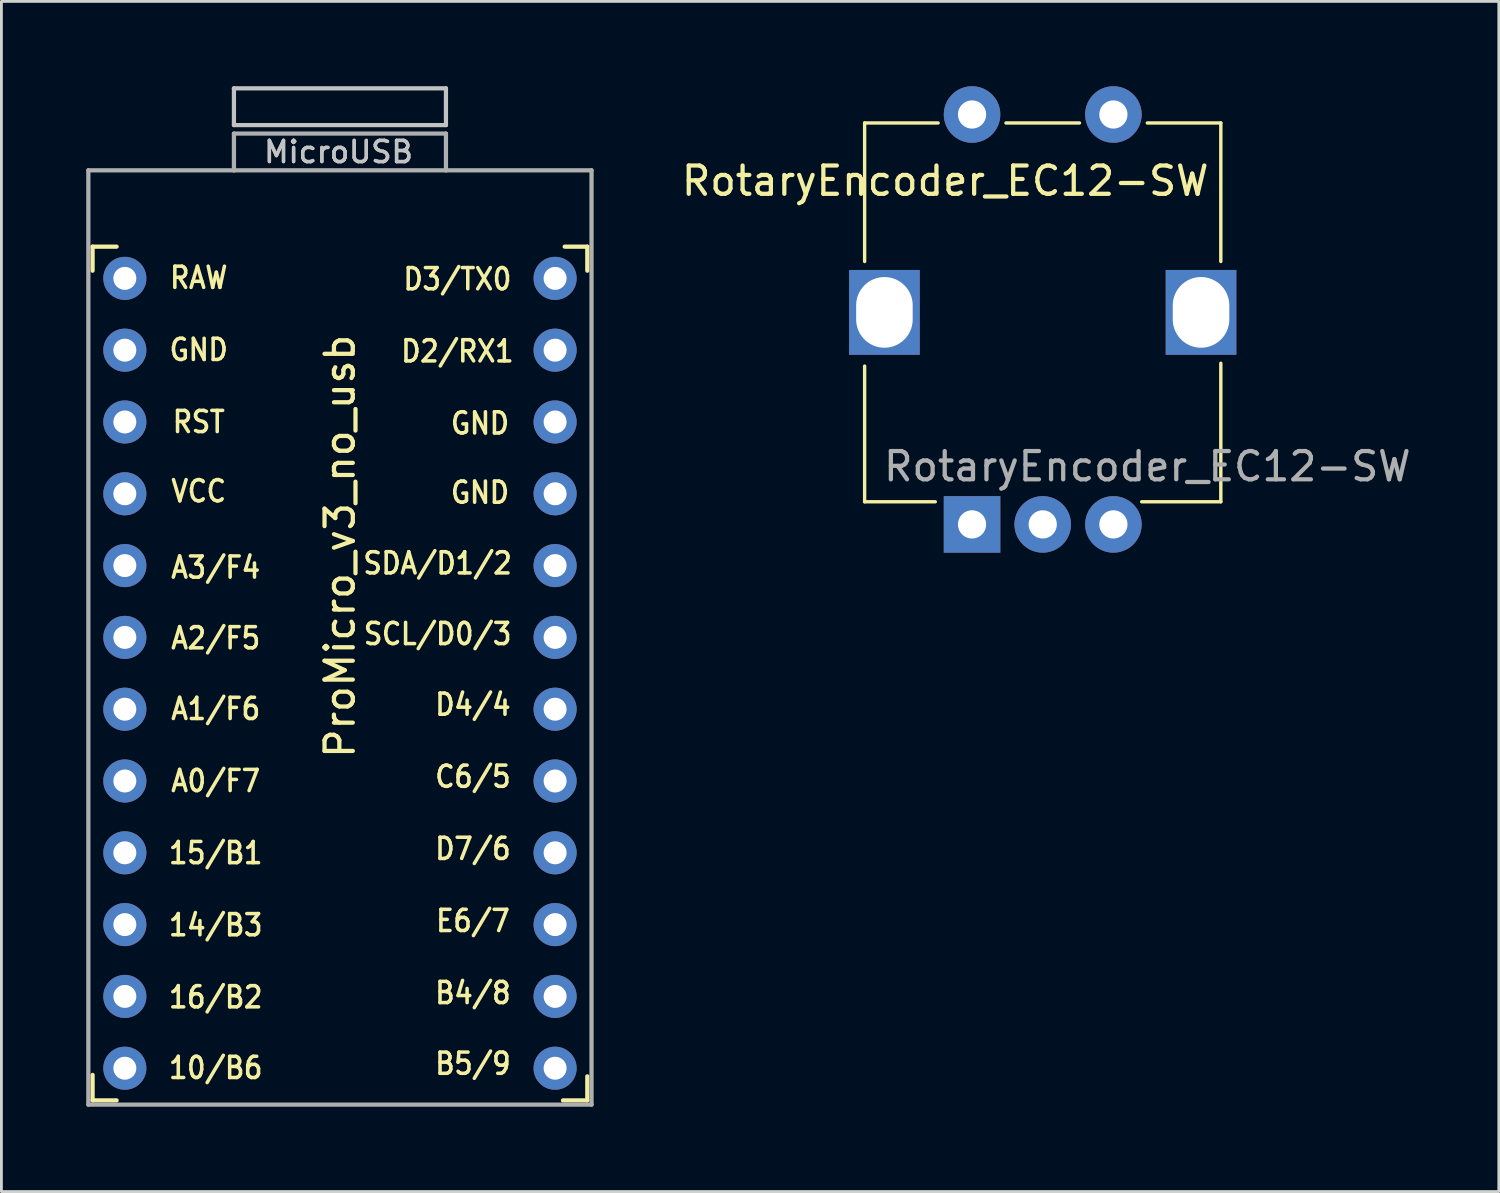
<source format=kicad_pcb>
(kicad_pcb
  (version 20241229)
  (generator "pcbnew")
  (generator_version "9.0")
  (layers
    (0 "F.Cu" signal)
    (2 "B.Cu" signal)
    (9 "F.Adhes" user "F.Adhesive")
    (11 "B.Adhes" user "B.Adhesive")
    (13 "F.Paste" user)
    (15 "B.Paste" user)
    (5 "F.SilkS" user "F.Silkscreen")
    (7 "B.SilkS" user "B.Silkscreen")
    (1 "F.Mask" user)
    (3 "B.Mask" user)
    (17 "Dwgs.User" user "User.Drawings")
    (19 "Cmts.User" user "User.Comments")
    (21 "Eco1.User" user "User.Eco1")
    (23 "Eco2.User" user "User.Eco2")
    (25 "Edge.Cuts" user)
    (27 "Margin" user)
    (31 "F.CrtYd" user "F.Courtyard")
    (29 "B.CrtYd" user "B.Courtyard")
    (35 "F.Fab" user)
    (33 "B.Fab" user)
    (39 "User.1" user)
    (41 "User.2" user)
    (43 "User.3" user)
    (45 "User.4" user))
  (footprint "ProMicro_v3_no_usb"
    (layer "F.Cu")
    (at 8.975 21.275)
    (property "Reference" "ProMicro_v3_no_usb" (at 0 -5 270) (layer "F.SilkS") (effects (font (size 1 1) (thickness 0.15))))
    (attr through_hole)
    (fp_line (start -8.75 -15.6) (end -8.75 -14.75) (stroke (width 0.15) (type solid)) (layer "F.SilkS"))
    (fp_line (start -8.75 -15.6) (end -7.9 -15.6) (stroke (width 0.15) (type solid)) (layer "F.SilkS"))
    (fp_line (start -8.75 13.7) (end -8.75 14.6) (stroke (width 0.15) (type solid)) (layer "F.SilkS"))
    (fp_line (start -8.75 14.6) (end -7.9 14.6) (stroke (width 0.15) (type solid)) (layer "F.SilkS"))
    (fp_line (start 8.75 -15.6) (end 7.95 -15.6) (stroke (width 0.15) (type solid)) (layer "F.SilkS"))
    (fp_line (start 8.75 -15.6) (end 8.75 -14.75) (stroke (width 0.15) (type solid)) (layer "F.SilkS"))
    (fp_line (start 8.75 13.75) (end 8.75 14.6) (stroke (width 0.15) (type solid)) (layer "F.SilkS"))
    (fp_line (start 8.75 14.6) (end 7.89 14.6) (stroke (width 0.15) (type solid)) (layer "F.SilkS"))
    (fp_line (start -3.75 -21.2) (end -3.75 -19.9) (stroke (width 0.15) (type solid)) (layer "Dwgs.User"))
    (fp_line (start -3.75 -19.9) (end 3.75 -19.9) (stroke (width 0.15) (type solid)) (layer "Dwgs.User"))
    (fp_line (start 3.75 -21.2) (end -3.75 -21.2) (stroke (width 0.15) (type solid)) (layer "Dwgs.User"))
    (fp_line (start 3.75 -19.9) (end 3.75 -21.2) (stroke (width 0.15) (type solid)) (layer "Dwgs.User"))
    (fp_line (start -8.9 -18.3) (end -3.75 -18.3) (stroke (width 0.15) (type solid)) (layer "F.Fab"))
    (fp_line (start -8.9 14.75) (end -8.9 -18.3) (stroke (width 0.15) (type solid)) (layer "F.Fab"))
    (fp_line (start -3.75 -19.6) (end -3.75 -18.299) (stroke (width 0.15) (type solid)) (layer "F.Fab"))
    (fp_line (start -3.75 -19.6) (end 3.75 -19.6) (stroke (width 0.15) (type solid)) (layer "F.Fab"))
    (fp_line (start -3.75 -18.3) (end 3.75 -18.3) (stroke (width 0.15) (type solid)) (layer "F.Fab"))
    (fp_line (start 3.75 -19.6) (end 3.75 -18.3) (stroke (width 0.15) (type solid)) (layer "F.Fab"))
    (fp_line (start 3.76 -18.3) (end 8.9 -18.3) (stroke (width 0.15) (type solid)) (layer "F.Fab"))
    (fp_line (start 8.9 -18.3) (end 8.9 14.75) (stroke (width 0.15) (type solid)) (layer "F.Fab"))
    (fp_line (start 8.9 14.75) (end -8.9 14.75) (stroke (width 0.15) (type solid)) (layer "F.Fab"))
    (fp_text user "A3/F4" (at -4.395 -4.25 0) (unlocked yes) (layer "F.SilkS") (effects (font (size 0.75 0.67) (thickness 0.125))))
    (fp_text user "GND" (at 4.955 -9.35 0) (unlocked yes) (layer "F.SilkS") (effects (font (size 0.75 0.67) (thickness 0.125))))
    (fp_text user "16/B2" (at -4.395 10.95 0) (unlocked yes) (layer "F.SilkS") (effects (font (size 0.75 0.67) (thickness 0.125))))
    (fp_text user "15/B1" (at -4.395 5.85 0) (unlocked yes) (layer "F.SilkS") (effects (font (size 0.75 0.67) (thickness 0.125))))
    (fp_text user "B5/9" (at 4.705 13.3 0) (unlocked yes) (layer "F.SilkS") (effects (font (size 0.75 0.67) (thickness 0.125))))
    (fp_text user "D3/TX0" (at 4.155 -14.45 0) (unlocked yes) (layer "F.SilkS") (effects (font (size 0.75 0.67) (thickness 0.125))))
    (fp_text user "RST" (at -4.995 -9.4 0) (unlocked yes) (layer "F.SilkS") (effects (font (size 0.75 0.67) (thickness 0.125))))
    (fp_text user "A1/F6" (at -4.395 0.75 0) (unlocked yes) (layer "F.SilkS") (effects (font (size 0.75 0.67) (thickness 0.125))))
    (fp_text user "A0/F7" (at -4.395 3.3 0) (unlocked yes) (layer "F.SilkS") (effects (font (size 0.75 0.67) (thickness 0.125))))
    (fp_text user "14/B3" (at -4.395 8.4 0) (unlocked yes) (layer "F.SilkS") (effects (font (size 0.75 0.67) (thickness 0.125))))
    (fp_text user "VCC" (at -4.995 -6.95 0) (unlocked yes) (layer "F.SilkS") (effects (font (size 0.75 0.67) (thickness 0.125))))
    (fp_text user "C6/5" (at 4.705 3.15 0) (unlocked yes) (layer "F.SilkS") (effects (font (size 0.75 0.67) (thickness 0.125))))
    (fp_text user "B4/8" (at 4.705 10.8 0) (unlocked yes) (layer "F.SilkS") (effects (font (size 0.75 0.67) (thickness 0.125))))
    (fp_text user "SCL/D0/3" (at 3.455 -1.9 0) (unlocked yes) (layer "F.SilkS") (effects (font (size 0.75 0.67) (thickness 0.125))))
    (fp_text user "RAW" (at -4.995 -14.5 0) (unlocked yes) (layer "F.SilkS") (effects (font (size 0.75 0.67) (thickness 0.125))))
    (fp_text user "GND" (at -4.995 -11.95 0) (unlocked yes) (layer "F.SilkS") (effects (font (size 0.75 0.67) (thickness 0.125))))
    (fp_text user "D2/RX1" (at 4.155 -11.9 0) (unlocked yes) (layer "F.SilkS") (effects (font (size 0.75 0.67) (thickness 0.125))))
    (fp_text user "SDA/D1/2" (at 3.455 -4.4 0) (unlocked yes) (layer "F.SilkS") (effects (font (size 0.75 0.67) (thickness 0.125))))
    (fp_text user "E6/7" (at 4.705 8.25 0) (unlocked yes) (layer "F.SilkS") (effects (font (size 0.75 0.67) (thickness 0.125))))
    (fp_text user "D7/6" (at 4.705 5.7 0) (unlocked yes) (layer "F.SilkS") (effects (font (size 0.75 0.67) (thickness 0.125))))
    (fp_text user "A2/F5" (at -4.395 -1.75 0) (unlocked yes) (layer "F.SilkS") (effects (font (size 0.75 0.67) (thickness 0.125))))
    (fp_text user "10/B6" (at -4.395 13.45 0) (unlocked yes) (layer "F.SilkS") (effects (font (size 0.75 0.67) (thickness 0.125))))
    (fp_text user "GND" (at 4.955 -6.9 0) (unlocked yes) (layer "F.SilkS") (effects (font (size 0.75 0.67) (thickness 0.125))))
    (fp_text user "D4/4" (at 4.705 0.6 0) (unlocked yes) (layer "F.SilkS") (effects (font (size 0.75 0.67) (thickness 0.125))))
    (fp_text user "MicroUSB" (at -0.05 -18.95 0) (layer "Dwgs.User") (effects (font (size 0.75 0.75) (thickness 0.12))))
    (fp_text user "MicroUSB" (at -0.05 -18.95 0) (layer "Dwgs.User") (effects (font (size 0.75 0.75) (thickness 0.12))))
    (pad "1" thru_hole circle (at 7.611 -14.478) (size 1.524 1.524) (drill 0.813) (layers "*.Cu" "B.Mask"))
    (pad "2" thru_hole circle (at 7.611 -11.938) (size 1.524 1.524) (drill 0.813) (layers "*.Cu" "B.Mask"))
    (pad "3" thru_hole circle (at 7.611 -9.398) (size 1.524 1.524) (drill 0.813) (layers "*.Cu" "B.Mask"))
    (pad "4" thru_hole circle (at 7.611 -6.858) (size 1.524 1.524) (drill 0.813) (layers "*.Cu" "B.Mask"))
    (pad "5" thru_hole circle (at 7.611 -4.318) (size 1.524 1.524) (drill 0.813) (layers "*.Cu" "B.Mask"))
    (pad "6" thru_hole circle (at 7.611 -1.778) (size 1.524 1.524) (drill 0.813) (layers "*.Cu" "B.Mask"))
    (pad "7" thru_hole circle (at 7.611 0.762) (size 1.524 1.524) (drill 0.813) (layers "*.Cu" "B.Mask"))
    (pad "8" thru_hole circle (at 7.611 3.302) (size 1.524 1.524) (drill 0.813) (layers "*.Cu" "B.Mask"))
    (pad "9" thru_hole circle (at 7.611 5.842) (size 1.524 1.524) (drill 0.813) (layers "*.Cu" "B.Mask"))
    (pad "10" thru_hole circle (at 7.611 8.382) (size 1.524 1.524) (drill 0.813) (layers "*.Cu" "B.Mask"))
    (pad "11" thru_hole circle (at 7.611 10.922) (size 1.524 1.524) (drill 0.813) (layers "*.Cu" "B.Mask"))
    (pad "12" thru_hole circle (at 7.611 13.462) (size 1.524 1.524) (drill 0.813) (layers "*.Cu" "B.Mask"))
    (pad "13" thru_hole circle (at -7.609 13.462) (size 1.524 1.524) (drill 0.813) (layers "*.Cu" "B.Mask"))
    (pad "14" thru_hole circle (at -7.609 10.922) (size 1.524 1.524) (drill 0.813) (layers "*.Cu" "B.Mask"))
    (pad "15" thru_hole circle (at -7.609 8.382) (size 1.524 1.524) (drill 0.813) (layers "*.Cu" "B.Mask"))
    (pad "16" thru_hole circle (at -7.609 5.842) (size 1.524 1.524) (drill 0.813) (layers "*.Cu" "B.Mask"))
    (pad "17" thru_hole circle (at -7.609 3.302) (size 1.524 1.524) (drill 0.813) (layers "*.Cu" "B.Mask"))
    (pad "18" thru_hole circle (at -7.609 0.762) (size 1.524 1.524) (drill 0.813) (layers "*.Cu" "B.Mask"))
    (pad "19" thru_hole circle (at -7.609 -1.778) (size 1.524 1.524) (drill 0.813) (layers "*.Cu" "B.Mask"))
    (pad "20" thru_hole circle (at -7.609 -4.318) (size 1.524 1.524) (drill 0.813) (layers "*.Cu" "B.Mask"))
    (pad "21" thru_hole circle (at -7.609 -6.858) (size 1.524 1.524) (drill 0.813) (layers "*.Cu" "B.Mask"))
    (pad "22" thru_hole circle (at -7.609 -9.398) (size 1.524 1.524) (drill 0.813) (layers "*.Cu" "B.Mask"))
    (pad "23" thru_hole circle (at -7.609 -11.938) (size 1.524 1.524) (drill 0.813) (layers "*.Cu" "B.Mask"))
    (pad "24" thru_hole circle (at -7.609 -14.478) (size 1.524 1.524) (drill 0.813) (layers "*.Cu" "B.Mask")))
  (footprint "RotaryEncoder_EC12-SW"
    (layer "F.Cu")
    (at 33.835 8)
    (property "Reference" "RotaryEncoder_EC12-SW" (at -3.45 -4.65 180) (layer "F.SilkS") (effects (font (size 1 1) (thickness 0.15))))
    (attr through_hole)
    (fp_line (start -6.3 -6.7) (end -3.7 -6.7) (stroke (width 0.12) (type solid)) (layer "F.SilkS"))
    (fp_line (start -6.3 -1.8) (end -6.3 -6.7) (stroke (width 0.12) (type solid)) (layer "F.SilkS"))
    (fp_line (start -6.3 1.9) (end -6.3 6.7) (stroke (width 0.12) (type solid)) (layer "F.SilkS"))
    (fp_line (start -6.3 6.7) (end -3.8 6.7) (stroke (width 0.12) (type solid)) (layer "F.SilkS"))
    (fp_line (start -1.3 -6.7) (end 1.3 -6.7) (stroke (width 0.12) (type solid)) (layer "F.SilkS"))
    (fp_line (start 3.7 -6.7) (end 6.3 -6.7) (stroke (width 0.12) (type solid)) (layer "F.SilkS"))
    (fp_line (start 6.3 -6.7) (end 6.3 -1.8) (stroke (width 0.12) (type solid)) (layer "F.SilkS"))
    (fp_line (start 6.3 1.8) (end 6.3 6.7) (stroke (width 0.12) (type solid)) (layer "F.SilkS"))
    (fp_line (start 6.3 6.7) (end 3.5 6.7) (stroke (width 0.12) (type solid)) (layer "F.SilkS"))
    (fp_text user "${REFERENCE}" (at 3.7 5.45 180) (layer "F.Fab") (effects (font (size 1 1) (thickness 0.15))))
    (pad "" thru_hole rect (at -5.6 0 90) (size 3 2.5) (drill oval 2.5 2) (layers "*.Cu" "B.Mask"))
    (pad "" thru_hole rect (at 5.6 0 90) (size 3 2.5) (drill oval 2.5 2) (layers "*.Cu" "B.Mask"))
    (pad "A" thru_hole rect (at -2.5 7.5 90) (size 2 2) (drill 1) (layers "*.Cu" "B.Mask"))
    (pad "B" thru_hole circle (at 2.5 7.5 90) (size 2 2) (drill 1) (layers "*.Cu" "B.Mask"))
    (pad "C" thru_hole circle (at 0 7.5 90) (size 2 2) (drill 1) (layers "*.Cu" "B.Mask"))
    (pad "S1" thru_hole circle (at -2.5 -7 90) (size 2 2) (drill 1) (layers "*.Cu" "B.Mask"))
    (pad "S2" thru_hole circle (at 2.5 -7 90) (size 2 2) (drill 1) (layers "*.Cu" "B.Mask")))
  (gr_rect
    (start -3 -3)
    (end 49.969 39.1)
    (stroke (width 0.1) (type default))
    (fill no)
    (layer "Edge.Cuts")))
</source>
